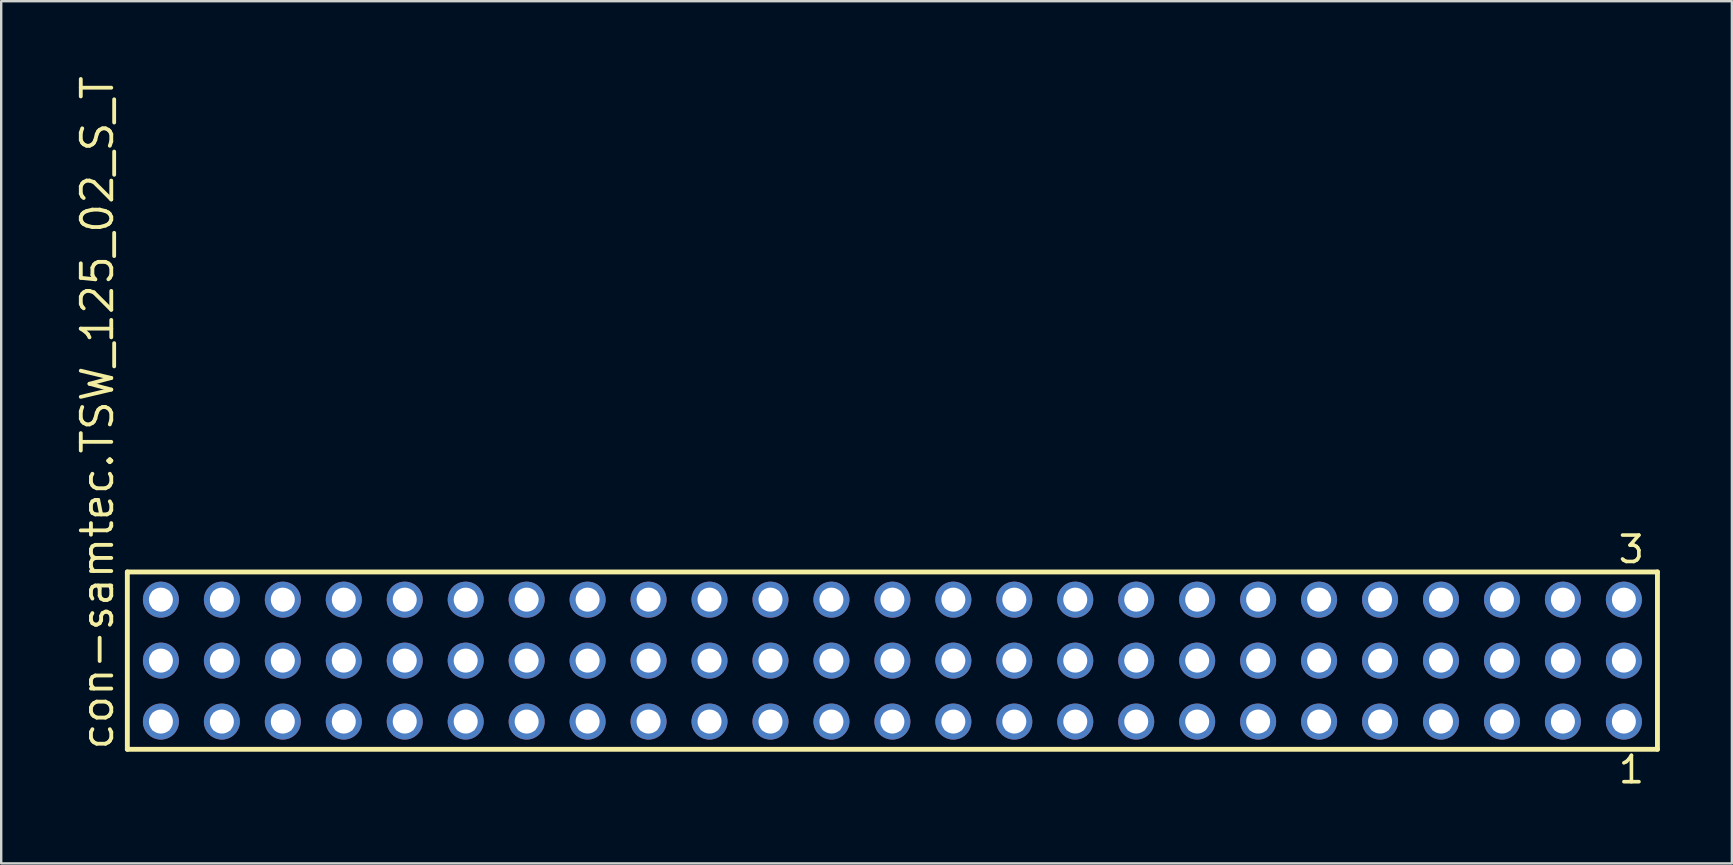
<source format=kicad_pcb>
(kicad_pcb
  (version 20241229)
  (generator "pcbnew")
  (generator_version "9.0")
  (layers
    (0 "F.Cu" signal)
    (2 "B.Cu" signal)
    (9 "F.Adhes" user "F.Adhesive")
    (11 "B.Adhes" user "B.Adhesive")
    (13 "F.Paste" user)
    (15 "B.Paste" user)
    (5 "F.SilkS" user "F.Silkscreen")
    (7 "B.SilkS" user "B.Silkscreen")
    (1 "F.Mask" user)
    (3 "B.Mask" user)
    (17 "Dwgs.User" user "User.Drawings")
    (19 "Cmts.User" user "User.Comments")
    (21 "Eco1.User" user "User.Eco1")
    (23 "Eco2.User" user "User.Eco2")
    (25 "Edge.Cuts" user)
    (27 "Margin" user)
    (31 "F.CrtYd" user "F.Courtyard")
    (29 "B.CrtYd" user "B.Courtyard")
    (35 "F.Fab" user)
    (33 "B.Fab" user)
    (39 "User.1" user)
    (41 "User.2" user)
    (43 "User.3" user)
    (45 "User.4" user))
  (footprint "con-samtec.TSW_125_02_S_T"
    (layer "F.Cu")
    (at 34.135 24.477)
    (property "Reference" "con-samtec.TSW_125_02_S_T" (at -32.385 3.81 90) (layer "F.SilkS") (effects (font (size 1.27 1.27) (thickness 0.16)) (justify left bottom)))
    (attr through_hole)
    (fp_line (start -31.879 -3.695) (end 31.879 -3.695) (stroke (width 0.203) (type default)) (layer "F.SilkS"))
    (fp_line (start -31.879 3.695) (end -31.879 -3.695) (stroke (width 0.203) (type default)) (layer "F.SilkS"))
    (fp_line (start 31.879 -3.695) (end 31.879 3.695) (stroke (width 0.203) (type default)) (layer "F.SilkS"))
    (fp_line (start 31.879 3.695) (end -31.879 3.695) (stroke (width 0.203) (type default)) (layer "F.SilkS"))
    (fp_rect (start -30.83 -2.19) (end -30.13 -2.89) (stroke (width 0.05) (type default)) (fill no) (layer "F.Fab"))
    (fp_rect (start -30.83 0.35) (end -30.13 -0.35) (stroke (width 0.05) (type default)) (fill no) (layer "F.Fab"))
    (fp_rect (start -30.83 2.89) (end -30.13 2.19) (stroke (width 0.05) (type default)) (fill no) (layer "F.Fab"))
    (fp_rect (start -28.29 -2.19) (end -27.59 -2.89) (stroke (width 0.05) (type default)) (fill no) (layer "F.Fab"))
    (fp_rect (start -28.29 0.35) (end -27.59 -0.35) (stroke (width 0.05) (type default)) (fill no) (layer "F.Fab"))
    (fp_rect (start -28.29 2.89) (end -27.59 2.19) (stroke (width 0.05) (type default)) (fill no) (layer "F.Fab"))
    (fp_rect (start -25.75 -2.19) (end -25.05 -2.89) (stroke (width 0.05) (type default)) (fill no) (layer "F.Fab"))
    (fp_rect (start -25.75 0.35) (end -25.05 -0.35) (stroke (width 0.05) (type default)) (fill no) (layer "F.Fab"))
    (fp_rect (start -25.75 2.89) (end -25.05 2.19) (stroke (width 0.05) (type default)) (fill no) (layer "F.Fab"))
    (fp_rect (start -23.21 -2.19) (end -22.51 -2.89) (stroke (width 0.05) (type default)) (fill no) (layer "F.Fab"))
    (fp_rect (start -23.21 0.35) (end -22.51 -0.35) (stroke (width 0.05) (type default)) (fill no) (layer "F.Fab"))
    (fp_rect (start -23.21 2.89) (end -22.51 2.19) (stroke (width 0.05) (type default)) (fill no) (layer "F.Fab"))
    (fp_rect (start -20.67 -2.19) (end -19.97 -2.89) (stroke (width 0.05) (type default)) (fill no) (layer "F.Fab"))
    (fp_rect (start -20.67 0.35) (end -19.97 -0.35) (stroke (width 0.05) (type default)) (fill no) (layer "F.Fab"))
    (fp_rect (start -20.67 2.89) (end -19.97 2.19) (stroke (width 0.05) (type default)) (fill no) (layer "F.Fab"))
    (fp_rect (start -18.13 -2.19) (end -17.43 -2.89) (stroke (width 0.05) (type default)) (fill no) (layer "F.Fab"))
    (fp_rect (start -18.13 0.35) (end -17.43 -0.35) (stroke (width 0.05) (type default)) (fill no) (layer "F.Fab"))
    (fp_rect (start -18.13 2.89) (end -17.43 2.19) (stroke (width 0.05) (type default)) (fill no) (layer "F.Fab"))
    (fp_rect (start -15.59 -2.19) (end -14.89 -2.89) (stroke (width 0.05) (type default)) (fill no) (layer "F.Fab"))
    (fp_rect (start -15.59 0.35) (end -14.89 -0.35) (stroke (width 0.05) (type default)) (fill no) (layer "F.Fab"))
    (fp_rect (start -15.59 2.89) (end -14.89 2.19) (stroke (width 0.05) (type default)) (fill no) (layer "F.Fab"))
    (fp_rect (start -13.05 -2.19) (end -12.35 -2.89) (stroke (width 0.05) (type default)) (fill no) (layer "F.Fab"))
    (fp_rect (start -13.05 0.35) (end -12.35 -0.35) (stroke (width 0.05) (type default)) (fill no) (layer "F.Fab"))
    (fp_rect (start -13.05 2.89) (end -12.35 2.19) (stroke (width 0.05) (type default)) (fill no) (layer "F.Fab"))
    (fp_rect (start -10.51 -2.19) (end -9.81 -2.89) (stroke (width 0.05) (type default)) (fill no) (layer "F.Fab"))
    (fp_rect (start -10.51 0.35) (end -9.81 -0.35) (stroke (width 0.05) (type default)) (fill no) (layer "F.Fab"))
    (fp_rect (start -10.51 2.89) (end -9.81 2.19) (stroke (width 0.05) (type default)) (fill no) (layer "F.Fab"))
    (fp_rect (start -7.97 -2.19) (end -7.27 -2.89) (stroke (width 0.05) (type default)) (fill no) (layer "F.Fab"))
    (fp_rect (start -7.97 0.35) (end -7.27 -0.35) (stroke (width 0.05) (type default)) (fill no) (layer "F.Fab"))
    (fp_rect (start -7.97 2.89) (end -7.27 2.19) (stroke (width 0.05) (type default)) (fill no) (layer "F.Fab"))
    (fp_rect (start -5.43 -2.19) (end -4.73 -2.89) (stroke (width 0.05) (type default)) (fill no) (layer "F.Fab"))
    (fp_rect (start -5.43 0.35) (end -4.73 -0.35) (stroke (width 0.05) (type default)) (fill no) (layer "F.Fab"))
    (fp_rect (start -5.43 2.89) (end -4.73 2.19) (stroke (width 0.05) (type default)) (fill no) (layer "F.Fab"))
    (fp_rect (start -2.89 -2.19) (end -2.19 -2.89) (stroke (width 0.05) (type default)) (fill no) (layer "F.Fab"))
    (fp_rect (start -2.89 0.35) (end -2.19 -0.35) (stroke (width 0.05) (type default)) (fill no) (layer "F.Fab"))
    (fp_rect (start -2.89 2.89) (end -2.19 2.19) (stroke (width 0.05) (type default)) (fill no) (layer "F.Fab"))
    (fp_rect (start -0.35 -2.19) (end 0.35 -2.89) (stroke (width 0.05) (type default)) (fill no) (layer "F.Fab"))
    (fp_rect (start -0.35 0.35) (end 0.35 -0.35) (stroke (width 0.05) (type default)) (fill no) (layer "F.Fab"))
    (fp_rect (start -0.35 2.89) (end 0.35 2.19) (stroke (width 0.05) (type default)) (fill no) (layer "F.Fab"))
    (fp_rect (start 2.19 -2.19) (end 2.89 -2.89) (stroke (width 0.05) (type default)) (fill no) (layer "F.Fab"))
    (fp_rect (start 2.19 0.35) (end 2.89 -0.35) (stroke (width 0.05) (type default)) (fill no) (layer "F.Fab"))
    (fp_rect (start 2.19 2.89) (end 2.89 2.19) (stroke (width 0.05) (type default)) (fill no) (layer "F.Fab"))
    (fp_rect (start 4.73 -2.19) (end 5.43 -2.89) (stroke (width 0.05) (type default)) (fill no) (layer "F.Fab"))
    (fp_rect (start 4.73 0.35) (end 5.43 -0.35) (stroke (width 0.05) (type default)) (fill no) (layer "F.Fab"))
    (fp_rect (start 4.73 2.89) (end 5.43 2.19) (stroke (width 0.05) (type default)) (fill no) (layer "F.Fab"))
    (fp_rect (start 7.27 -2.19) (end 7.97 -2.89) (stroke (width 0.05) (type default)) (fill no) (layer "F.Fab"))
    (fp_rect (start 7.27 0.35) (end 7.97 -0.35) (stroke (width 0.05) (type default)) (fill no) (layer "F.Fab"))
    (fp_rect (start 7.27 2.89) (end 7.97 2.19) (stroke (width 0.05) (type default)) (fill no) (layer "F.Fab"))
    (fp_rect (start 9.81 -2.19) (end 10.51 -2.89) (stroke (width 0.05) (type default)) (fill no) (layer "F.Fab"))
    (fp_rect (start 9.81 0.35) (end 10.51 -0.35) (stroke (width 0.05) (type default)) (fill no) (layer "F.Fab"))
    (fp_rect (start 9.81 2.89) (end 10.51 2.19) (stroke (width 0.05) (type default)) (fill no) (layer "F.Fab"))
    (fp_rect (start 12.35 -2.19) (end 13.05 -2.89) (stroke (width 0.05) (type default)) (fill no) (layer "F.Fab"))
    (fp_rect (start 12.35 0.35) (end 13.05 -0.35) (stroke (width 0.05) (type default)) (fill no) (layer "F.Fab"))
    (fp_rect (start 12.35 2.89) (end 13.05 2.19) (stroke (width 0.05) (type default)) (fill no) (layer "F.Fab"))
    (fp_rect (start 14.89 -2.19) (end 15.59 -2.89) (stroke (width 0.05) (type default)) (fill no) (layer "F.Fab"))
    (fp_rect (start 14.89 0.35) (end 15.59 -0.35) (stroke (width 0.05) (type default)) (fill no) (layer "F.Fab"))
    (fp_rect (start 14.89 2.89) (end 15.59 2.19) (stroke (width 0.05) (type default)) (fill no) (layer "F.Fab"))
    (fp_rect (start 17.43 -2.19) (end 18.13 -2.89) (stroke (width 0.05) (type default)) (fill no) (layer "F.Fab"))
    (fp_rect (start 17.43 0.35) (end 18.13 -0.35) (stroke (width 0.05) (type default)) (fill no) (layer "F.Fab"))
    (fp_rect (start 17.43 2.89) (end 18.13 2.19) (stroke (width 0.05) (type default)) (fill no) (layer "F.Fab"))
    (fp_rect (start 19.97 -2.19) (end 20.67 -2.89) (stroke (width 0.05) (type default)) (fill no) (layer "F.Fab"))
    (fp_rect (start 19.97 0.35) (end 20.67 -0.35) (stroke (width 0.05) (type default)) (fill no) (layer "F.Fab"))
    (fp_rect (start 19.97 2.89) (end 20.67 2.19) (stroke (width 0.05) (type default)) (fill no) (layer "F.Fab"))
    (fp_rect (start 22.51 -2.19) (end 23.21 -2.89) (stroke (width 0.05) (type default)) (fill no) (layer "F.Fab"))
    (fp_rect (start 22.51 0.35) (end 23.21 -0.35) (stroke (width 0.05) (type default)) (fill no) (layer "F.Fab"))
    (fp_rect (start 22.51 2.89) (end 23.21 2.19) (stroke (width 0.05) (type default)) (fill no) (layer "F.Fab"))
    (fp_rect (start 25.05 -2.19) (end 25.75 -2.89) (stroke (width 0.05) (type default)) (fill no) (layer "F.Fab"))
    (fp_rect (start 25.05 0.35) (end 25.75 -0.35) (stroke (width 0.05) (type default)) (fill no) (layer "F.Fab"))
    (fp_rect (start 25.05 2.89) (end 25.75 2.19) (stroke (width 0.05) (type default)) (fill no) (layer "F.Fab"))
    (fp_rect (start 27.59 -2.19) (end 28.29 -2.89) (stroke (width 0.05) (type default)) (fill no) (layer "F.Fab"))
    (fp_rect (start 27.59 0.35) (end 28.29 -0.35) (stroke (width 0.05) (type default)) (fill no) (layer "F.Fab"))
    (fp_rect (start 27.59 2.89) (end 28.29 2.19) (stroke (width 0.05) (type default)) (fill no) (layer "F.Fab"))
    (fp_rect (start 30.13 -2.19) (end 30.83 -2.89) (stroke (width 0.05) (type default)) (fill no) (layer "F.Fab"))
    (fp_rect (start 30.13 0.35) (end 30.83 -0.35) (stroke (width 0.05) (type default)) (fill no) (layer "F.Fab"))
    (fp_rect (start 30.13 2.89) (end 30.83 2.19) (stroke (width 0.05) (type default)) (fill no) (layer "F.Fab"))
    (fp_text user "3" (at 30.168 -3.989 0) (layer "F.SilkS") (effects (font (size 1.1 1.1) (thickness 0.15)) (justify left bottom)))
    (fp_text user "1" (at 30.172 5.188 0) (layer "F.SilkS") (effects (font (size 1.1 1.1) (thickness 0.15)) (justify left bottom)))
    (pad "1" thru_hole circle (at 30.48 2.54 180) (size 1.5 1.5) (drill 1) (layers "*.Cu" "*.Mask"))
    (pad "2" thru_hole circle (at 30.48 0 180) (size 1.5 1.5) (drill 1) (layers "*.Cu" "*.Mask"))
    (pad "3" thru_hole circle (at 30.48 -2.54 180) (size 1.5 1.5) (drill 1) (layers "*.Cu" "*.Mask"))
    (pad "4" thru_hole circle (at 27.94 2.54 180) (size 1.5 1.5) (drill 1) (layers "*.Cu" "*.Mask"))
    (pad "5" thru_hole circle (at 27.94 0 180) (size 1.5 1.5) (drill 1) (layers "*.Cu" "*.Mask"))
    (pad "6" thru_hole circle (at 27.94 -2.54 180) (size 1.5 1.5) (drill 1) (layers "*.Cu" "*.Mask"))
    (pad "7" thru_hole circle (at 25.4 2.54 180) (size 1.5 1.5) (drill 1) (layers "*.Cu" "*.Mask"))
    (pad "8" thru_hole circle (at 25.4 0 180) (size 1.5 1.5) (drill 1) (layers "*.Cu" "*.Mask"))
    (pad "9" thru_hole circle (at 25.4 -2.54 180) (size 1.5 1.5) (drill 1) (layers "*.Cu" "*.Mask"))
    (pad "10" thru_hole circle (at 22.86 2.54 180) (size 1.5 1.5) (drill 1) (layers "*.Cu" "*.Mask"))
    (pad "11" thru_hole circle (at 22.86 0 180) (size 1.5 1.5) (drill 1) (layers "*.Cu" "*.Mask"))
    (pad "12" thru_hole circle (at 22.86 -2.54 180) (size 1.5 1.5) (drill 1) (layers "*.Cu" "*.Mask"))
    (pad "13" thru_hole circle (at 20.32 2.54 180) (size 1.5 1.5) (drill 1) (layers "*.Cu" "*.Mask"))
    (pad "14" thru_hole circle (at 20.32 0 180) (size 1.5 1.5) (drill 1) (layers "*.Cu" "*.Mask"))
    (pad "15" thru_hole circle (at 20.32 -2.54 180) (size 1.5 1.5) (drill 1) (layers "*.Cu" "*.Mask"))
    (pad "16" thru_hole circle (at 17.78 2.54 180) (size 1.5 1.5) (drill 1) (layers "*.Cu" "*.Mask"))
    (pad "17" thru_hole circle (at 17.78 0 180) (size 1.5 1.5) (drill 1) (layers "*.Cu" "*.Mask"))
    (pad "18" thru_hole circle (at 17.78 -2.54 180) (size 1.5 1.5) (drill 1) (layers "*.Cu" "*.Mask"))
    (pad "19" thru_hole circle (at 15.24 2.54 180) (size 1.5 1.5) (drill 1) (layers "*.Cu" "*.Mask"))
    (pad "20" thru_hole circle (at 15.24 0 180) (size 1.5 1.5) (drill 1) (layers "*.Cu" "*.Mask"))
    (pad "21" thru_hole circle (at 15.24 -2.54 180) (size 1.5 1.5) (drill 1) (layers "*.Cu" "*.Mask"))
    (pad "22" thru_hole circle (at 12.7 2.54 180) (size 1.5 1.5) (drill 1) (layers "*.Cu" "*.Mask"))
    (pad "23" thru_hole circle (at 12.7 0 180) (size 1.5 1.5) (drill 1) (layers "*.Cu" "*.Mask"))
    (pad "24" thru_hole circle (at 12.7 -2.54 180) (size 1.5 1.5) (drill 1) (layers "*.Cu" "*.Mask"))
    (pad "25" thru_hole circle (at 10.16 2.54 180) (size 1.5 1.5) (drill 1) (layers "*.Cu" "*.Mask"))
    (pad "26" thru_hole circle (at 10.16 0 180) (size 1.5 1.5) (drill 1) (layers "*.Cu" "*.Mask"))
    (pad "27" thru_hole circle (at 10.16 -2.54 180) (size 1.5 1.5) (drill 1) (layers "*.Cu" "*.Mask"))
    (pad "28" thru_hole circle (at 7.62 2.54 180) (size 1.5 1.5) (drill 1) (layers "*.Cu" "*.Mask"))
    (pad "29" thru_hole circle (at 7.62 0 180) (size 1.5 1.5) (drill 1) (layers "*.Cu" "*.Mask"))
    (pad "30" thru_hole circle (at 7.62 -2.54 180) (size 1.5 1.5) (drill 1) (layers "*.Cu" "*.Mask"))
    (pad "31" thru_hole circle (at 5.08 2.54 180) (size 1.5 1.5) (drill 1) (layers "*.Cu" "*.Mask"))
    (pad "32" thru_hole circle (at 5.08 0 180) (size 1.5 1.5) (drill 1) (layers "*.Cu" "*.Mask"))
    (pad "33" thru_hole circle (at 5.08 -2.54 180) (size 1.5 1.5) (drill 1) (layers "*.Cu" "*.Mask"))
    (pad "34" thru_hole circle (at 2.54 2.54 180) (size 1.5 1.5) (drill 1) (layers "*.Cu" "*.Mask"))
    (pad "35" thru_hole circle (at 2.54 0 180) (size 1.5 1.5) (drill 1) (layers "*.Cu" "*.Mask"))
    (pad "36" thru_hole circle (at 2.54 -2.54 180) (size 1.5 1.5) (drill 1) (layers "*.Cu" "*.Mask"))
    (pad "37" thru_hole circle (at 0 2.54 180) (size 1.5 1.5) (drill 1) (layers "*.Cu" "*.Mask"))
    (pad "38" thru_hole circle (at 0 0 180) (size 1.5 1.5) (drill 1) (layers "*.Cu" "*.Mask"))
    (pad "39" thru_hole circle (at 0 -2.54 180) (size 1.5 1.5) (drill 1) (layers "*.Cu" "*.Mask"))
    (pad "40" thru_hole circle (at -2.54 2.54 180) (size 1.5 1.5) (drill 1) (layers "*.Cu" "*.Mask"))
    (pad "41" thru_hole circle (at -2.54 0 180) (size 1.5 1.5) (drill 1) (layers "*.Cu" "*.Mask"))
    (pad "42" thru_hole circle (at -2.54 -2.54 180) (size 1.5 1.5) (drill 1) (layers "*.Cu" "*.Mask"))
    (pad "43" thru_hole circle (at -5.08 2.54 180) (size 1.5 1.5) (drill 1) (layers "*.Cu" "*.Mask"))
    (pad "44" thru_hole circle (at -5.08 0 180) (size 1.5 1.5) (drill 1) (layers "*.Cu" "*.Mask"))
    (pad "45" thru_hole circle (at -5.08 -2.54 180) (size 1.5 1.5) (drill 1) (layers "*.Cu" "*.Mask"))
    (pad "46" thru_hole circle (at -7.62 2.54 180) (size 1.5 1.5) (drill 1) (layers "*.Cu" "*.Mask"))
    (pad "47" thru_hole circle (at -7.62 0 180) (size 1.5 1.5) (drill 1) (layers "*.Cu" "*.Mask"))
    (pad "48" thru_hole circle (at -7.62 -2.54 180) (size 1.5 1.5) (drill 1) (layers "*.Cu" "*.Mask"))
    (pad "49" thru_hole circle (at -10.16 2.54 180) (size 1.5 1.5) (drill 1) (layers "*.Cu" "*.Mask"))
    (pad "50" thru_hole circle (at -10.16 0 180) (size 1.5 1.5) (drill 1) (layers "*.Cu" "*.Mask"))
    (pad "51" thru_hole circle (at -10.16 -2.54 180) (size 1.5 1.5) (drill 1) (layers "*.Cu" "*.Mask"))
    (pad "52" thru_hole circle (at -12.7 2.54 180) (size 1.5 1.5) (drill 1) (layers "*.Cu" "*.Mask"))
    (pad "53" thru_hole circle (at -12.7 0 180) (size 1.5 1.5) (drill 1) (layers "*.Cu" "*.Mask"))
    (pad "54" thru_hole circle (at -12.7 -2.54 180) (size 1.5 1.5) (drill 1) (layers "*.Cu" "*.Mask"))
    (pad "55" thru_hole circle (at -15.24 2.54 180) (size 1.5 1.5) (drill 1) (layers "*.Cu" "*.Mask"))
    (pad "56" thru_hole circle (at -15.24 0 180) (size 1.5 1.5) (drill 1) (layers "*.Cu" "*.Mask"))
    (pad "57" thru_hole circle (at -15.24 -2.54 180) (size 1.5 1.5) (drill 1) (layers "*.Cu" "*.Mask"))
    (pad "58" thru_hole circle (at -17.78 2.54 180) (size 1.5 1.5) (drill 1) (layers "*.Cu" "*.Mask"))
    (pad "59" thru_hole circle (at -17.78 0 180) (size 1.5 1.5) (drill 1) (layers "*.Cu" "*.Mask"))
    (pad "60" thru_hole circle (at -17.78 -2.54 180) (size 1.5 1.5) (drill 1) (layers "*.Cu" "*.Mask"))
    (pad "61" thru_hole circle (at -20.32 2.54 180) (size 1.5 1.5) (drill 1) (layers "*.Cu" "*.Mask"))
    (pad "62" thru_hole circle (at -20.32 0 180) (size 1.5 1.5) (drill 1) (layers "*.Cu" "*.Mask"))
    (pad "63" thru_hole circle (at -20.32 -2.54 180) (size 1.5 1.5) (drill 1) (layers "*.Cu" "*.Mask"))
    (pad "64" thru_hole circle (at -22.86 2.54 180) (size 1.5 1.5) (drill 1) (layers "*.Cu" "*.Mask"))
    (pad "65" thru_hole circle (at -22.86 0 180) (size 1.5 1.5) (drill 1) (layers "*.Cu" "*.Mask"))
    (pad "66" thru_hole circle (at -22.86 -2.54 180) (size 1.5 1.5) (drill 1) (layers "*.Cu" "*.Mask"))
    (pad "67" thru_hole circle (at -25.4 2.54 180) (size 1.5 1.5) (drill 1) (layers "*.Cu" "*.Mask"))
    (pad "68" thru_hole circle (at -25.4 0 180) (size 1.5 1.5) (drill 1) (layers "*.Cu" "*.Mask"))
    (pad "69" thru_hole circle (at -25.4 -2.54 180) (size 1.5 1.5) (drill 1) (layers "*.Cu" "*.Mask"))
    (pad "70" thru_hole circle (at -27.94 2.54 180) (size 1.5 1.5) (drill 1) (layers "*.Cu" "*.Mask"))
    (pad "71" thru_hole circle (at -27.94 0 180) (size 1.5 1.5) (drill 1) (layers "*.Cu" "*.Mask"))
    (pad "72" thru_hole circle (at -27.94 -2.54 180) (size 1.5 1.5) (drill 1) (layers "*.Cu" "*.Mask"))
    (pad "73" thru_hole circle (at -30.48 2.54 180) (size 1.5 1.5) (drill 1) (layers "*.Cu" "*.Mask"))
    (pad "74" thru_hole circle (at -30.48 0 180) (size 1.5 1.5) (drill 1) (layers "*.Cu" "*.Mask"))
    (pad "75" thru_hole circle (at -30.48 -2.54 180) (size 1.5 1.5) (drill 1) (layers "*.Cu" "*.Mask")))
  (gr_rect
    (start -3 -3)
    (end 69.116 32.928)
    (stroke (width 0.1) (type default))
    (fill no)
    (layer "Edge.Cuts")))
</source>
